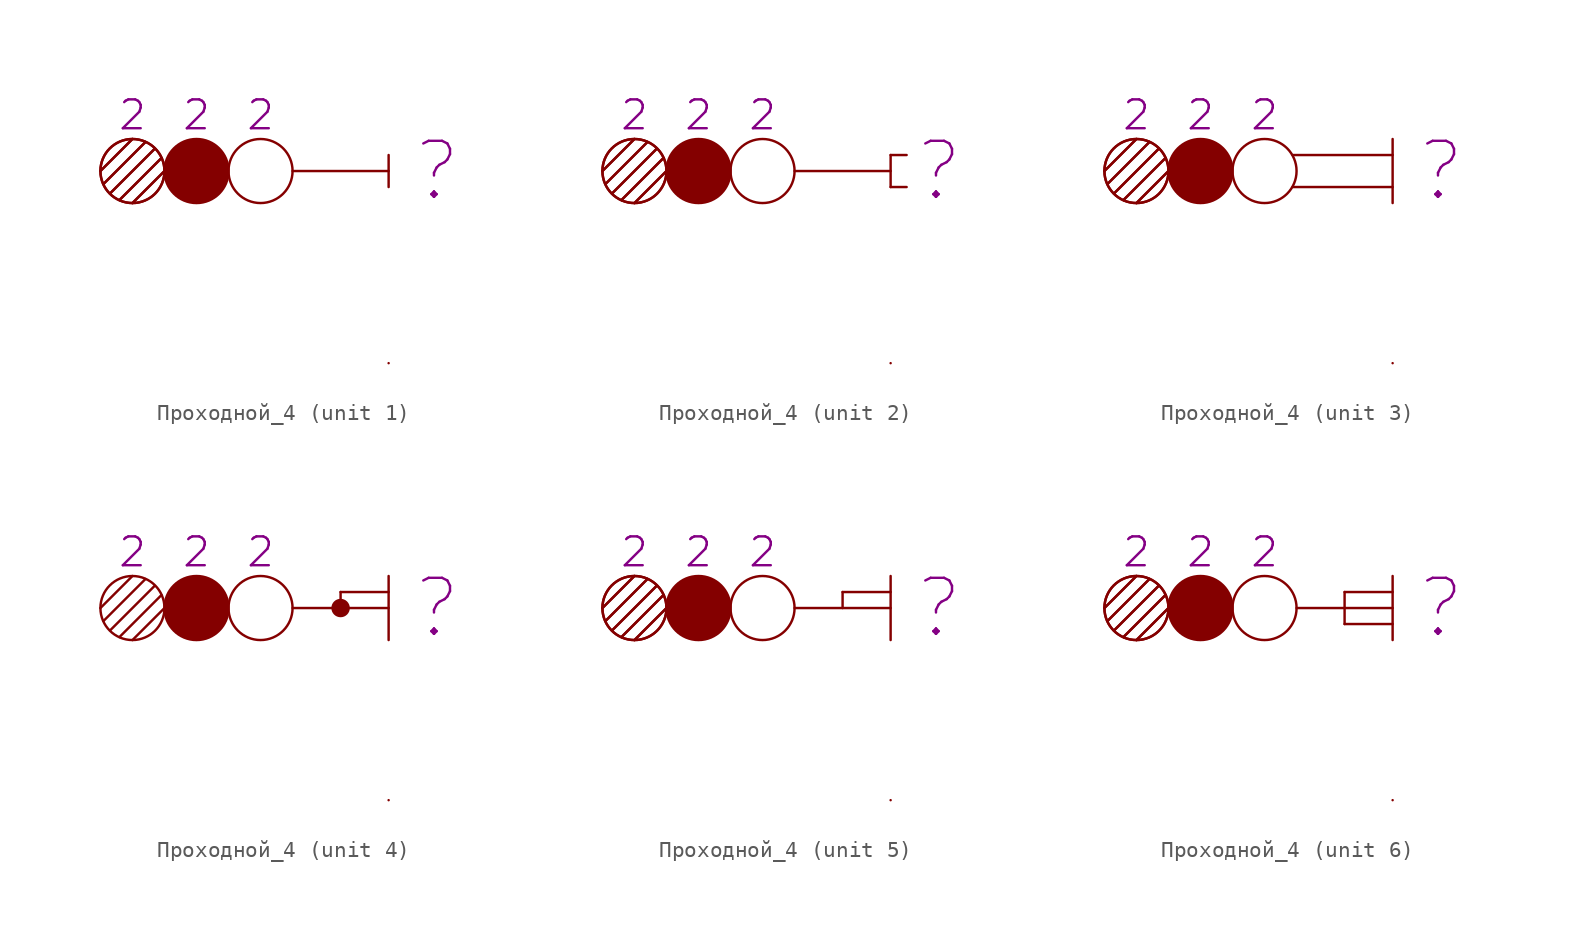
<source format=kicad_sym>
(kicad_symbol_lib
  (version 20231120)
  (generator "kicad_symbol_editor")
  (generator_version "8.0")
  (symbol "Проходной_4"
    (pin_numbers hide)
    (pin_names
      (offset 0) hide)
    (property "Reference" "Проходной"
      (at 4.5 16 0)
      (effects (font (size 1.8 1.8)) (hide yes)))
    (property "Литера" "?"
      (at 3 12 0)
      (do_not_autoplace)
      (effects (font (size 3.5 3.5))))
    (property "ДвухнитеваяК" "2"
      (at -12 15.5 0)
      (do_not_autoplace)
      (effects (font (size 1.8 1.8))))
    (property "ДвухнитеваяЖ" "2"
      (at -16 15.5 0)
      (do_not_autoplace)
      (effects (font (size 1.8 1.8))))
    (property "ДвухнитеваяЗ" "2"
      (at -8 15.5 0)
      (do_not_autoplace)
      (effects (font (size 1.8 1.8))))
    (property "ki_locked" ""
      (at 0 0 0)
      (effects (font (size 1.27 1.27))))
    (symbol "Проходной_4_0_0"
      (circle (center -16 12) (radius 2) (stroke (width 0) (type solid)) (fill (type none)))
      (polyline (pts (xy -16 14) (xy -18 12)) (stroke (width 0) (type default)) (fill (type none)))
      (polyline (pts (xy -15.188 13.812) (xy -17.812 11.188)) (stroke (width 0) (type default)) (fill (type none)))
      (polyline (pts (xy -14.625 13.375) (xy -17.375 10.625)) (stroke (width 0) (type default)) (fill (type none)))
      (polyline (pts (xy -14.188 12.812) (xy -16.812 10.188)) (stroke (width 0) (type default)) (fill (type none)))
      (polyline (pts (xy -14 12) (xy -16 10)) (stroke (width 0) (type default)) (fill (type none))))
    (symbol "Проходной_4_0_1"
      (circle (center -12 12) (radius 2) (stroke (width 0) (type default)) (fill (type outline)))
      (circle (center -8 12) (radius 2) (stroke (width 0) (type default)) (fill (type none))))
    (symbol "Проходной_4_1_1"
      (unit_name "Мачта ЖБИ")
      (circle (center -16 12) (radius 2) (stroke (width 0) (type solid)) (fill (type none)))
      (polyline (pts (xy -16 14) (xy -18 12)) (stroke (width 0) (type default)) (fill (type none)))
      (polyline (pts (xy -15.188 13.812) (xy -17.812 11.188)) (stroke (width 0) (type default)) (fill (type none)))
      (polyline (pts (xy -14.625 13.375) (xy -17.375 10.625)) (stroke (width 0) (type default)) (fill (type none)))
      (polyline (pts (xy -14.188 12.812) (xy -16.812 10.188)) (stroke (width 0) (type default)) (fill (type none)))
      (polyline (pts (xy -14 12) (xy -16 10)) (stroke (width 0) (type default)) (fill (type none)))
      (polyline (pts (xy 0 11) (xy 0 13)) (stroke (width 0) (type default)) (fill (type none)))
      (polyline (pts (xy 0 12) (xy -6 12)) (stroke (width 0) (type default)) (fill (type none)))
      (pin unspecified line (at 0 0 90) (length 0) (name "привязка" (effects (font (size 1.8 1.8)))) (number "" (effects (font (size 1.8 1.8))))))
    (symbol "Проходной_4_2_1"
      (unit_name "В туннелях")
      (circle (center -16 12) (radius 2) (stroke (width 0) (type solid)) (fill (type none)))
      (polyline (pts (xy -16 14) (xy -18 12)) (stroke (width 0) (type default)) (fill (type none)))
      (polyline (pts (xy -15.188 13.812) (xy -17.812 11.188)) (stroke (width 0) (type default)) (fill (type none)))
      (polyline (pts (xy -14.625 13.375) (xy -17.375 10.625)) (stroke (width 0) (type default)) (fill (type none)))
      (polyline (pts (xy -14.188 12.812) (xy -16.812 10.188)) (stroke (width 0) (type default)) (fill (type none)))
      (polyline (pts (xy -14 12) (xy -16 10)) (stroke (width 0) (type default)) (fill (type none)))
      (polyline (pts (xy 0 11) (xy 0 13)) (stroke (width 0) (type default)) (fill (type none)))
      (polyline (pts (xy 0 11) (xy 1 11)) (stroke (width 0) (type default)) (fill (type none)))
      (polyline (pts (xy 0 12) (xy -6 12)) (stroke (width 0) (type default)) (fill (type none)))
      (polyline (pts (xy 0 13) (xy 1 13)) (stroke (width 0) (type default)) (fill (type none)))
      (pin unspecified line (at 0 0 90) (length 0) (name "привязка" (effects (font (size 1.8 1.8)))) (number "" (effects (font (size 1.8 1.8))))))
    (symbol "Проходной_4_3_1"
      (unit_name "Мачта сталь")
      (circle (center -16 12) (radius 2) (stroke (width 0) (type solid)) (fill (type none)))
      (polyline (pts (xy -16 14) (xy -18 12)) (stroke (width 0) (type default)) (fill (type none)))
      (polyline (pts (xy -15.188 13.812) (xy -17.812 11.188)) (stroke (width 0) (type default)) (fill (type none)))
      (polyline (pts (xy -14.625 13.375) (xy -17.375 10.625)) (stroke (width 0) (type default)) (fill (type none)))
      (polyline (pts (xy -14.188 12.812) (xy -16.812 10.188)) (stroke (width 0) (type default)) (fill (type none)))
      (polyline (pts (xy -14 12) (xy -16 10)) (stroke (width 0) (type default)) (fill (type none)))
      (polyline (pts (xy 0 11) (xy -6.25 11)) (stroke (width 0) (type default)) (fill (type none)))
      (polyline (pts (xy 0 13) (xy -6.25 13)) (stroke (width 0) (type default)) (fill (type none)))
      (polyline (pts (xy 0 14) (xy 0 10)) (stroke (width 0) (type default)) (fill (type none)))
      (pin unspecified line (at 0 0 90) (length 0) (name "привязка" (effects (font (size 1.8 1.8)))) (number "" (effects (font (size 1.8 1.8))))))
    (symbol "Проходной_4_4_1"
      (unit_name "С муфтой")
      (circle (center -3 12) (radius 0.5) (stroke (width 0) (type default)) (fill (type outline)))
      (polyline (pts (xy -6 12) (xy 0 12)) (stroke (width 0) (type default)) (fill (type none)))
      (polyline (pts (xy 0 10) (xy 0 14)) (stroke (width 0) (type default)) (fill (type none)))
      (polyline (pts (xy 0 13) (xy -3 13) (xy -3 13)) (stroke (width 0) (type default)) (fill (type none)))
      (pin input line (at -3 13 270) (length 1) (name "" (effects (font (size 1.8 1.8)))) (number "" (effects (font (size 1.8 1.8)))))
      (pin unspecified line (at 0 0 90) (length 0) (name "привязка" (effects (font (size 1.8 1.8)))) (number "" (effects (font (size 1.8 1.8))))))
    (symbol "Проходной_4_5_1"
      (unit_name "1ТЯ")
      (circle (center -16 12) (radius 2) (stroke (width 0) (type solid)) (fill (type none)))
      (polyline (pts (xy -16 14) (xy -18 12)) (stroke (width 0) (type default)) (fill (type none)))
      (polyline (pts (xy -15.188 13.812) (xy -17.812 11.188)) (stroke (width 0) (type default)) (fill (type none)))
      (polyline (pts (xy -14.625 13.375) (xy -17.375 10.625)) (stroke (width 0) (type default)) (fill (type none)))
      (polyline (pts (xy -14.188 12.812) (xy -16.812 10.188)) (stroke (width 0) (type default)) (fill (type none)))
      (polyline (pts (xy -14 12) (xy -16 10)) (stroke (width 0) (type default)) (fill (type none)))
      (polyline (pts (xy 0 10) (xy 0 14)) (stroke (width 0) (type default)) (fill (type none)))
      (polyline (pts (xy 0 12) (xy -6 12)) (stroke (width 0) (type default)) (fill (type none)))
      (polyline (pts (xy -3 13) (xy -3 13) (xy 0 13)) (stroke (width 0) (type default)) (fill (type none)))
      (pin input line (at -3 13 270) (length 1) (name "" (effects (font (size 1.8 1.8)))) (number "" (effects (font (size 1.8 1.8)))))
      (pin unspecified line (at 0 0 90) (length 0) (name "привязка" (effects (font (size 1.8 1.8)))) (number "" (effects (font (size 1.8 1.8))))))
    (symbol "Проходной_4_6_1"
      (unit_name "2ТЯ")
      (circle (center -16 12) (radius 2) (stroke (width 0) (type solid)) (fill (type none)))
      (polyline (pts (xy -16 14) (xy -18 12)) (stroke (width 0) (type default)) (fill (type none)))
      (polyline (pts (xy -15.188 13.812) (xy -17.812 11.188)) (stroke (width 0) (type default)) (fill (type none)))
      (polyline (pts (xy -14.625 13.375) (xy -17.375 10.625)) (stroke (width 0) (type default)) (fill (type none)))
      (polyline (pts (xy -14.188 12.812) (xy -16.812 10.188)) (stroke (width 0) (type default)) (fill (type none)))
      (polyline (pts (xy -14 12) (xy -16 10)) (stroke (width 0) (type default)) (fill (type none)))
      (polyline (pts (xy -3 13) (xy 0 13)) (stroke (width 0) (type default)) (fill (type none)))
      (polyline (pts (xy 0 10) (xy 0 14)) (stroke (width 0) (type default)) (fill (type none)))
      (polyline (pts (xy 0 11) (xy -3 11)) (stroke (width 0) (type default)) (fill (type none)))
      (polyline (pts (xy 0 12) (xy -6 12)) (stroke (width 0) (type default)) (fill (type none)))
      (pin input line (at -3 11 90) (length 1) (name "" (effects (font (size 1.8 1.8)))) (number "" (effects (font (size 1.8 1.8)))))
      (pin input line (at -3 13 270) (length 1) (name "" (effects (font (size 1.8 1.8)))) (number "" (effects (font (size 1.8 1.8)))))
      (pin unspecified line (at 0 0 90) (length 0) (name "привязка" (effects (font (size 1.8 1.8)))) (number "" (effects (font (size 1.8 1.8))))))))
</source>
